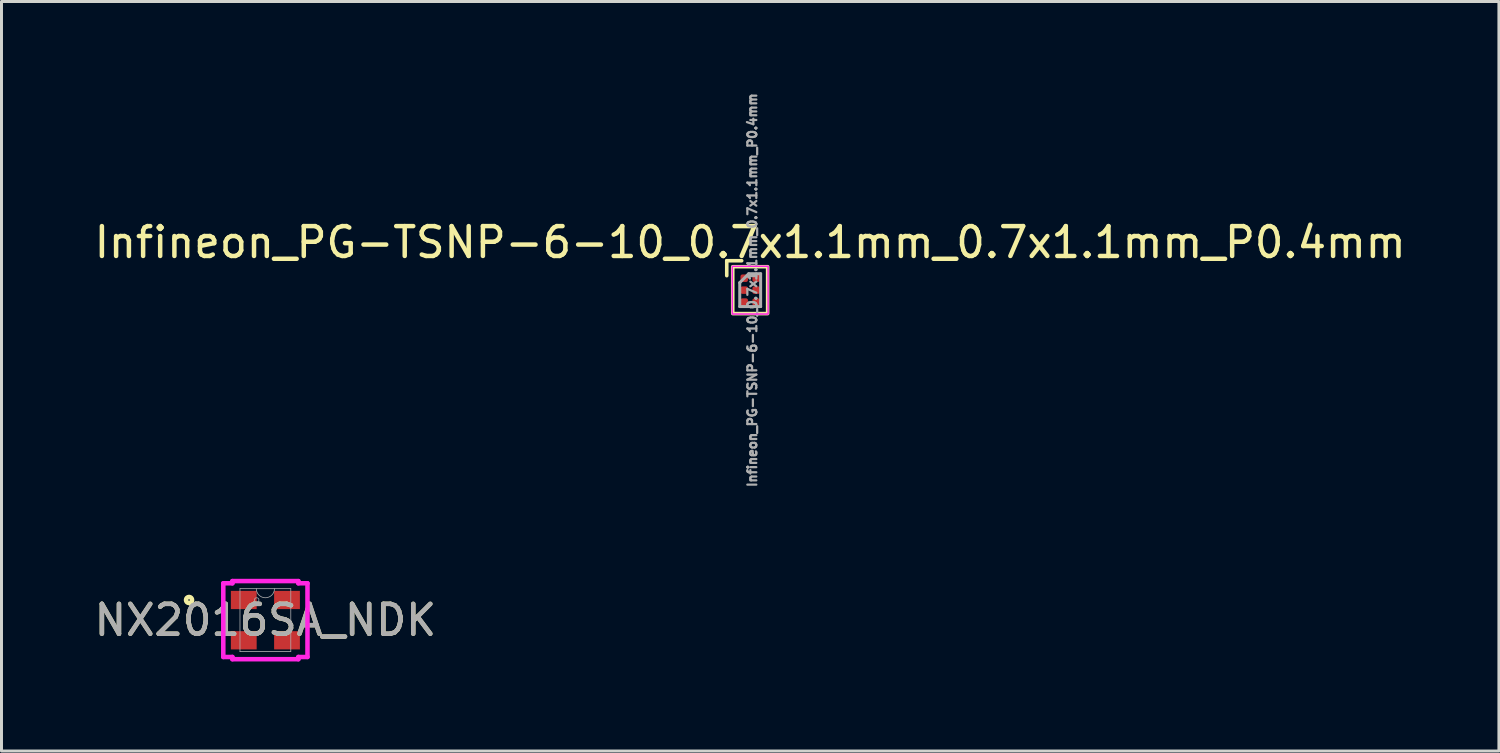
<source format=kicad_pcb>
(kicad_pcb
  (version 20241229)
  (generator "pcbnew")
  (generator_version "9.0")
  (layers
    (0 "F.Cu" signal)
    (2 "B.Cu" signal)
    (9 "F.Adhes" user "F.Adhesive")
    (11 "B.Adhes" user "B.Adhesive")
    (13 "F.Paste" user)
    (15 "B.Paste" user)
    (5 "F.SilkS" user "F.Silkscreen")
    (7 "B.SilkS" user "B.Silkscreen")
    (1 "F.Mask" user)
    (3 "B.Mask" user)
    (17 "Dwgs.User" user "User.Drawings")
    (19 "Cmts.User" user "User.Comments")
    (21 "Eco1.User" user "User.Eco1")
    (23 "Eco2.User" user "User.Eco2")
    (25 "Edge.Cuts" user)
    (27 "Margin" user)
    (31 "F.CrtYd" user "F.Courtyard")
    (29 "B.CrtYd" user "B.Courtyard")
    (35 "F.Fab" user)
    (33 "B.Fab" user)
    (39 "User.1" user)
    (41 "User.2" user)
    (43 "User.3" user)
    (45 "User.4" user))
  (footprint "NX2016SA_NDK"
    (layer "F.Cu")
    (at 5.839 17.721)
    (property "Reference" "NX2016SA_NDK" (at 0 0 0) (unlocked yes) (layer "F.SilkS") (effects (font (size 1 1) (thickness 0.15))))
    (attr smd)
    (fp_circle (center -2.557 -0.675) (end -2.455 -0.675) (stroke (width 0.152) (type solid)) (fill no) (layer "F.SilkS"))
    (fp_line (start -1.41 -1.234) (end -1.105 -1.234) (stroke (width 0.152) (type solid)) (layer "F.CrtYd"))
    (fp_line (start -1.41 1.234) (end -1.41 -1.234) (stroke (width 0.152) (type solid)) (layer "F.CrtYd"))
    (fp_line (start -1.41 1.234) (end -1.105 1.234) (stroke (width 0.152) (type solid)) (layer "F.CrtYd"))
    (fp_line (start -1.105 -1.308) (end 1.105 -1.308) (stroke (width 0.152) (type solid)) (layer "F.CrtYd"))
    (fp_line (start -1.105 -1.234) (end -1.105 -1.308) (stroke (width 0.152) (type solid)) (layer "F.CrtYd"))
    (fp_line (start -1.105 1.308) (end -1.105 1.234) (stroke (width 0.152) (type solid)) (layer "F.CrtYd"))
    (fp_line (start 1.105 -1.308) (end 1.105 -1.234) (stroke (width 0.152) (type solid)) (layer "F.CrtYd"))
    (fp_line (start 1.105 1.234) (end 1.105 1.308) (stroke (width 0.152) (type solid)) (layer "F.CrtYd"))
    (fp_line (start 1.105 1.308) (end -1.105 1.308) (stroke (width 0.152) (type solid)) (layer "F.CrtYd"))
    (fp_line (start 1.41 -1.234) (end 1.105 -1.234) (stroke (width 0.152) (type solid)) (layer "F.CrtYd"))
    (fp_line (start 1.41 -1.234) (end 1.41 1.234) (stroke (width 0.152) (type solid)) (layer "F.CrtYd"))
    (fp_line (start 1.41 1.234) (end 1.105 1.234) (stroke (width 0.152) (type solid)) (layer "F.CrtYd"))
    (fp_line (start -0.851 -1.054) (end -0.851 1.054) (stroke (width 0.025) (type solid)) (layer "F.Fab"))
    (fp_line (start -0.851 1.054) (end 0.851 1.054) (stroke (width 0.025) (type solid)) (layer "F.Fab"))
    (fp_line (start 0.851 -1.054) (end -0.851 -1.054) (stroke (width 0.025) (type solid)) (layer "F.Fab"))
    (fp_line (start 0.851 1.054) (end 0.851 -1.054) (stroke (width 0.025) (type solid)) (layer "F.Fab"))
    (fp_arc (start 0.3048 -1.0541) (mid 0 -0.7493) (end -0.3048 -1.0541) (stroke (width 0.0254) (type solid)) (layer "F.Fab"))
    (fp_circle (center -0.292 -0.675) (end -0.216 -0.675) (stroke (width 0.025) (type solid)) (fill no) (layer "F.Fab"))
    (fp_text user "${REFERENCE}" (at 0 0 0) (unlocked yes) (layer "F.Fab") (effects (font (size 1 1) (thickness 0.15))))
    (pad "1" smd rect (at -0.724 0.675) (size 0.864 0.61) (layers "F.Cu" "F.Mask" "F.Paste"))
    (pad "2" smd rect (at 0.724 0.675) (size 0.864 0.61) (layers "F.Cu" "F.Mask" "F.Paste"))
    (pad "3" smd rect (at 0.724 -0.675) (size 0.864 0.61) (layers "F.Cu" "F.Mask" "F.Paste"))
    (pad "4" smd rect (at -0.724 -0.675) (size 0.864 0.61) (layers "F.Cu" "F.Mask" "F.Paste")))
  (footprint "Infineon_PG-TSNP-6-10_0.7x1.1mm_0.7x1.1mm_P0.4mm"
    (layer "F.Cu")
    (at 22.077 6.668)
    (property "Reference" "Infineon_PG-TSNP-6-10_0.7x1.1mm_0.7x1.1mm_P0.4mm" (at 0 -1.6 0) (unlocked yes) (layer "F.SilkS") (effects (font (size 1 1) (thickness 0.15))))
    (attr smd)
    (fp_line (start -0.785 -0.985) (end -0.285 -0.985) (stroke (width 0.12) (type default)) (layer "F.SilkS"))
    (fp_line (start -0.785 -0.485) (end -0.785 -0.985) (stroke (width 0.12) (type default)) (layer "F.SilkS"))
    (fp_rect (start -0.585 -0.785) (end 0.585 0.785) (stroke (width 0.12) (type default)) (fill no) (layer "F.SilkS"))
    (fp_rect (start -0.6 -0.8) (end 0.6 0.8) (stroke (width 0.05) (type default)) (fill no) (layer "F.CrtYd"))
    (fp_line (start -0.35 -0.25) (end -0.35 0.55) (stroke (width 0.1) (type default)) (layer "F.Fab"))
    (fp_line (start -0.35 -0.25) (end -0.05 -0.55) (stroke (width 0.1) (type default)) (layer "F.Fab"))
    (fp_line (start -0.35 0.55) (end 0.35 0.55) (stroke (width 0.1) (type default)) (layer "F.Fab"))
    (fp_line (start 0.35 -0.55) (end -0.05 -0.55) (stroke (width 0.1) (type default)) (layer "F.Fab"))
    (fp_line (start 0.35 0.55) (end 0.35 -0.55) (stroke (width 0.1) (type default)) (layer "F.Fab"))
    (fp_text user "${REFERENCE}" (at 0.07 0 90) (unlocked yes) (layer "F.Fab") (effects (font (size 0.3 0.3) (thickness 0.075))))
    (pad "" smd circle (at -0.2 -0.4) (size 0.25 0.25) (layers "F.Paste"))
    (pad "" smd circle (at -0.2 0) (size 0.25 0.25) (layers "F.Paste"))
    (pad "" smd circle (at -0.2 0.4) (size 0.25 0.25) (layers "F.Paste"))
    (pad "" smd circle (at 0.2 -0.4) (size 0.25 0.25) (layers "F.Paste"))
    (pad "" smd circle (at 0.2 0) (size 0.25 0.25) (layers "F.Paste"))
    (pad "" smd circle (at 0.2 0.4) (size 0.25 0.25) (layers "F.Paste"))
    (pad "1" smd roundrect (at -0.2 -0.4) (size 0.25 0.25) (layers "F.Cu" "F.Mask") (roundrect_rratio 0.25))
    (pad "2" smd roundrect (at -0.2 0) (size 0.25 0.25) (layers "F.Cu" "F.Mask") (roundrect_rratio 0.25))
    (pad "3" smd roundrect (at -0.2 0.4) (size 0.25 0.25) (layers "F.Cu" "F.Mask") (roundrect_rratio 0.25))
    (pad "4" smd roundrect (at 0.2 0.4) (size 0.25 0.25) (layers "F.Cu" "F.Mask") (roundrect_rratio 0.25))
    (pad "5" smd roundrect (at 0.2 0) (size 0.25 0.25) (layers "F.Cu" "F.Mask") (roundrect_rratio 0.25))
    (pad "6" smd roundrect (at 0.2 -0.4) (size 0.25 0.25) (layers "F.Cu" "F.Mask") (roundrect_rratio 0.25)))
  (gr_rect
    (start -3 -3)
    (end 47.155 22.105)
    (stroke (width 0.1) (type default))
    (fill no)
    (layer "Edge.Cuts")))
</source>
